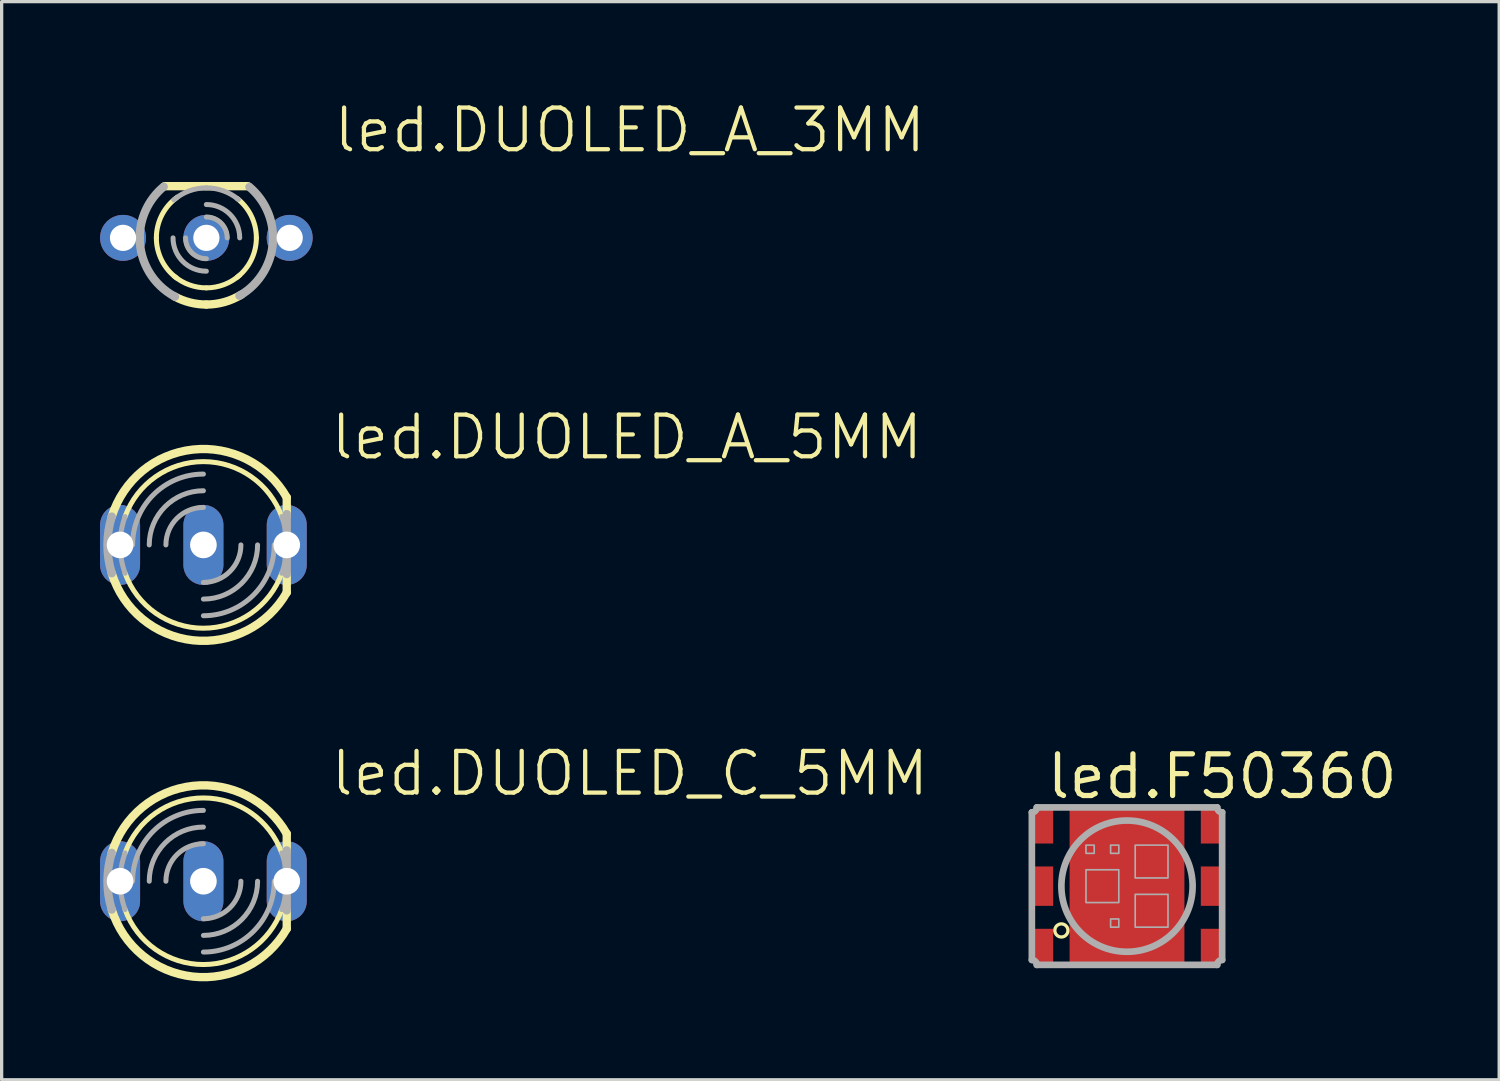
<source format=kicad_pcb>
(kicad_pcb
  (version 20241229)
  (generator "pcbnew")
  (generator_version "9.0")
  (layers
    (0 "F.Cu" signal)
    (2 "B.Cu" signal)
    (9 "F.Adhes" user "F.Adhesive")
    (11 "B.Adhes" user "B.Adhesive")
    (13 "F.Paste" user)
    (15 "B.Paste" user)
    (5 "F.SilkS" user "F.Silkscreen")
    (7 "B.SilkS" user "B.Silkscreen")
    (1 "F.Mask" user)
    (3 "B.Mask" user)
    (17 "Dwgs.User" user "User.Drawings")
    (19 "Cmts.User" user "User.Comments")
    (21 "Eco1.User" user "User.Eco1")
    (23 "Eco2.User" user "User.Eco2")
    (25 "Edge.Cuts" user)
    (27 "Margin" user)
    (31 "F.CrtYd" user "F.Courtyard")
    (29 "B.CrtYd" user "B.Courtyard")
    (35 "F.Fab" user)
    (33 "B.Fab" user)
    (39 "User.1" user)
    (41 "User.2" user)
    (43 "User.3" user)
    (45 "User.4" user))
  (footprint "led.DUOLED_A_3MM"
    (layer "F.Cu")
    (at 3.24 4.2)
    (property "Reference" "led.DUOLED_A_3MM" (at 3.81 -2.54 0) (layer "F.SilkS") (effects (font (size 1.27 1.27) (thickness 0.13)) (justify left bottom)))
    (attr through_hole)
    (fp_line (start 1.27 -1.575) (end -1.27 -1.575) (stroke (width 0.254) (type default)) (layer "F.SilkS"))
    (fp_arc (start -1.524 0) (mid -1.355082 -0.697339) (end -0.8858 -1.2401) (stroke (width 0.1524) (type default)) (layer "F.SilkS"))
    (fp_arc (start -0.9144 1.2192) (mid -1.363107 0.681554) (end -1.524 0) (stroke (width 0.1524) (type default)) (layer "F.SilkS"))
    (fp_arc (start 0 1.524) (mid -0.518785 1.432987) (end -0.9756 1.1708) (stroke (width 0.1524) (type default)) (layer "F.SilkS"))
    (fp_arc (start 0 2.032) (mid -0.496775 1.970339) (end -0.9634 1.7891) (stroke (width 0.254) (type default)) (layer "F.SilkS"))
    (fp_arc (start 0.9356 -1.203) (mid 1.369028 -0.669598) (end 1.524 0) (stroke (width 0.1524) (type default)) (layer "F.SilkS"))
    (fp_arc (start 1.0125 1.1391) (mid 0.541605 1.424553) (end 0 1.524) (stroke (width 0.1524) (type default)) (layer "F.SilkS"))
    (fp_arc (start 1.065 1.7306) (mid 0.553418 1.955214) (end 0 2.032) (stroke (width 0.254) (type default)) (layer "F.SilkS"))
    (fp_arc (start 1.524 0) (mid 1.369028 0.669598) (end 0.9356 1.203) (stroke (width 0.1524) (type default)) (layer "F.SilkS"))
    (fp_arc (start -2.032 0) (mid -1.840173 -0.861864) (end -1.3009 -1.561) (stroke (width 0.254) (type default)) (layer "F.Fab"))
    (fp_arc (start -0.9918 -1.1571) (mid -0.528744 -1.429332) (end 0 -1.524) (stroke (width 0.1524) (type default)) (layer "F.Fab"))
    (fp_arc (start -0.9562 1.7929) (mid -1.742414 1.045447) (end -2.032 0) (stroke (width 0.254) (type default)) (layer "F.Fab"))
    (fp_arc (start 0 -1.524) (mid 0.518785 -1.432987) (end 0.9756 -1.1708) (stroke (width 0.1524) (type default)) (layer "F.Fab"))
    (fp_arc (start 0 -1.016) (mid 0.71842 -0.71842) (end 1.016 0) (stroke (width 0.1524) (type default)) (layer "F.Fab"))
    (fp_arc (start 0 -0.635) (mid 0.449013 -0.449013) (end 0.635 0) (stroke (width 0.1524) (type default)) (layer "F.Fab"))
    (fp_arc (start 0 0.635) (mid -0.449013 0.449013) (end -0.635 0) (stroke (width 0.1524) (type default)) (layer "F.Fab"))
    (fp_arc (start 0 1.016) (mid -0.71842 0.71842) (end -1.016 0) (stroke (width 0.1524) (type default)) (layer "F.Fab"))
    (fp_arc (start 1.3126 -1.5512) (mid 1.843405 -0.854953) (end 2.032 0) (stroke (width 0.254) (type default)) (layer "F.Fab"))
    (fp_arc (start 2.032 0) (mid 1.757565 1.019948) (end 1.0082 1.7643) (stroke (width 0.254) (type default)) (layer "F.Fab"))
    (pad "1" thru_hole circle (at -2.54 0 90) (size 1.4 1.4) (drill 0.8) (layers "*.Cu" "*.Mask"))
    (pad "2" thru_hole circle (at 0 0 90) (size 1.4 1.4) (drill 0.8) (layers "*.Cu" "*.Mask"))
    (pad "3" thru_hole circle (at 2.54 0 90) (size 1.4 1.4) (drill 0.8) (layers "*.Cu" "*.Mask")))
  (footprint "led.DUOLED_A_5MM"
    (layer "F.Cu")
    (at 3.15 13.559)
    (property "Reference" "led.DUOLED_A_5MM" (at 3.81 -2.54 0) (layer "F.SilkS") (effects (font (size 1.27 1.27) (thickness 0.13)) (justify left bottom)))
    (attr through_hole)
    (fp_line (start 2.54 -1.448) (end 2.54 -0.889) (stroke (width 0.254) (type default)) (layer "F.SilkS"))
    (fp_line (start 2.54 0.889) (end 2.54 1.448) (stroke (width 0.254) (type default)) (layer "F.SilkS"))
    (fp_arc (start -2.7933 -0.8634) (mid -0.318501 -2.906456) (end 2.54 -1.4478) (stroke (width 0.254) (type default)) (layer "F.SilkS"))
    (fp_arc (start -2.3876 -0.8636) (mid 0 -2.538984) (end 2.3876 -0.8636) (stroke (width 0.1524) (type default)) (layer "F.SilkS"))
    (fp_arc (start 2.3876 0.8636) (mid 0 2.538984) (end -2.3876 0.8636) (stroke (width 0.1524) (type default)) (layer "F.SilkS"))
    (fp_arc (start 2.5407 1.4482) (mid -0.318534 2.906916) (end -2.794 0.8636) (stroke (width 0.254) (type default)) (layer "F.SilkS"))
    (fp_line (start 2.54 -0.94) (end 2.54 0.889) (stroke (width 0.254) (type default)) (layer "F.Fab"))
    (fp_arc (start -2.794 0.8636) (mid -2.924421 0) (end -2.794 -0.8636) (stroke (width 0.254) (type default)) (layer "F.Fab"))
    (fp_arc (start -2.3876 0.8636) (mid -2.538984 0) (end -2.3876 -0.8636) (stroke (width 0.1524) (type default)) (layer "F.Fab"))
    (fp_arc (start -2.159 0) (mid -1.526644 -1.526644) (end 0 -2.159) (stroke (width 0.1524) (type default)) (layer "F.Fab"))
    (fp_arc (start -1.651 0) (mid -1.167433 -1.167433) (end 0 -1.651) (stroke (width 0.1524) (type default)) (layer "F.Fab"))
    (fp_arc (start -1.143 0) (mid -0.808223 -0.808223) (end 0 -1.143) (stroke (width 0.1524) (type default)) (layer "F.Fab"))
    (fp_arc (start 1.143 0) (mid 0.808223 0.808223) (end 0 1.143) (stroke (width 0.1524) (type default)) (layer "F.Fab"))
    (fp_arc (start 1.651 0) (mid 1.167433 1.167433) (end 0 1.651) (stroke (width 0.1524) (type default)) (layer "F.Fab"))
    (fp_arc (start 2.159 0) (mid 1.526644 1.526644) (end 0 2.159) (stroke (width 0.1524) (type default)) (layer "F.Fab"))
    (fp_arc (start 2.3876 -0.8636) (mid 2.538984 0) (end 2.3876 0.8636) (stroke (width 0.1524) (type default)) (layer "F.Fab"))
    (pad "A" thru_hole oval (at 0 0 90) (size 2.438 1.219) (drill 0.813) (layers "*.Cu" "*.Mask"))
    (pad "CR" thru_hole oval (at 2.54 0 90) (size 2.438 1.219) (drill 0.813) (layers "*.Cu" "*.Mask"))
    (pad "CX" thru_hole oval (at -2.54 0 90) (size 2.438 1.219) (drill 0.813) (layers "*.Cu" "*.Mask")))
  (footprint "led.F50360"
    (layer "F.Cu")
    (at 31.301 23.96)
    (property "Reference" "led.F50360" (at -2.525 -2.6 0) (layer "F.SilkS") (effects (font (size 1.27 1.27) (thickness 0.16)) (justify left bottom)))
    (attr smd)
    (fp_circle (center -2 1.35) (end -1.8 1.35) (stroke (width 0.1) (type default)) (fill no) (layer "F.SilkS"))
    (fp_line (start -2.9 -2.25) (end -2.9 2.25) (stroke (width 0.203) (type default)) (layer "F.Fab"))
    (fp_line (start -2.75 2.4) (end 2.75 2.4) (stroke (width 0.203) (type default)) (layer "F.Fab"))
    (fp_line (start 2.75 -2.4) (end -2.75 -2.4) (stroke (width 0.203) (type default)) (layer "F.Fab"))
    (fp_line (start 2.9 2.25) (end 2.9 -2.25) (stroke (width 0.203) (type default)) (layer "F.Fab"))
    (fp_rect (start -1.25 -1) (end -1 -1.25) (stroke (width 0.05) (type default)) (fill no) (layer "F.Fab"))
    (fp_rect (start -1.25 0.5) (end -0.25 -0.5) (stroke (width 0.05) (type default)) (fill no) (layer "F.Fab"))
    (fp_rect (start -0.5 -1) (end -0.25 -1.25) (stroke (width 0.05) (type default)) (fill no) (layer "F.Fab"))
    (fp_rect (start -0.5 1.25) (end -0.25 1) (stroke (width 0.05) (type default)) (fill no) (layer "F.Fab"))
    (fp_rect (start 0.25 -0.25) (end 1.25 -1.25) (stroke (width 0.05) (type default)) (fill no) (layer "F.Fab"))
    (fp_rect (start 0.25 1.25) (end 1.25 0.25) (stroke (width 0.05) (type default)) (fill no) (layer "F.Fab"))
    (fp_arc (start -2.9 2.25) (mid -2.793934 2.293934) (end -2.75 2.4) (stroke (width 0.2032) (type default)) (layer "F.Fab"))
    (fp_arc (start -2.75 -2.4) (mid -2.793934 -2.293934) (end -2.9 -2.25) (stroke (width 0.2032) (type default)) (layer "F.Fab"))
    (fp_arc (start 2.75 2.4) (mid 2.793934 2.293934) (end 2.9 2.25) (stroke (width 0.2032) (type default)) (layer "F.Fab"))
    (fp_arc (start 2.9 -2.25) (mid 2.793934 -2.293934) (end 2.75 -2.4) (stroke (width 0.2032) (type default)) (layer "F.Fab"))
    (fp_circle (center 0 0) (end 2 0) (stroke (width 0.203) (type default)) (fill no) (layer "F.Fab"))
    (pad "BA" smd roundrect (at 2.55 -1.825 180) (size 0.6 1.05) (layers "F.Cu" "F.Mask" "F.Paste") (roundrect_rratio 0.01))
    (pad "BC" smd roundrect (at -2.55 -1.825) (size 0.6 1.05) (layers "F.Cu" "F.Mask" "F.Paste") (roundrect_rratio 0.01))
    (pad "GA" smd roundrect (at 2.55 0 180) (size 0.6 1.2) (layers "F.Cu" "F.Mask" "F.Paste") (roundrect_rratio 0.01))
    (pad "GC" smd roundrect (at -2.55 0) (size 0.6 1.2) (layers "F.Cu" "F.Mask" "F.Paste") (roundrect_rratio 0.01))
    (pad "NC" smd roundrect (at 0 0) (size 3.5 4.7) (layers "F.Cu" "F.Mask" "F.Paste") (roundrect_rratio 0.01))
    (pad "RA" smd roundrect (at 2.55 1.825 180) (size 0.6 1.05) (layers "F.Cu" "F.Mask" "F.Paste") (roundrect_rratio 0.01))
    (pad "RC" smd roundrect (at -2.55 1.825) (size 0.6 1.05) (layers "F.Cu" "F.Mask" "F.Paste") (roundrect_rratio 0.01)))
  (footprint "led.DUOLED_C_5MM"
    (layer "F.Cu")
    (at 3.15 23.81)
    (property "Reference" "led.DUOLED_C_5MM" (at 3.81 -2.54 0) (layer "F.SilkS") (effects (font (size 1.27 1.27) (thickness 0.13)) (justify left bottom)))
    (attr through_hole)
    (fp_line (start 2.54 -1.448) (end 2.54 -0.889) (stroke (width 0.254) (type default)) (layer "F.SilkS"))
    (fp_line (start 2.54 0.889) (end 2.54 1.448) (stroke (width 0.254) (type default)) (layer "F.SilkS"))
    (fp_arc (start -2.7933 -0.8634) (mid -0.318501 -2.906456) (end 2.54 -1.4478) (stroke (width 0.254) (type default)) (layer "F.SilkS"))
    (fp_arc (start -2.3876 -0.8636) (mid 0 -2.538984) (end 2.3876 -0.8636) (stroke (width 0.1524) (type default)) (layer "F.SilkS"))
    (fp_arc (start 2.3876 0.8636) (mid 0 2.538984) (end -2.3876 0.8636) (stroke (width 0.1524) (type default)) (layer "F.SilkS"))
    (fp_arc (start 2.5407 1.4482) (mid -0.318534 2.906916) (end -2.794 0.8636) (stroke (width 0.254) (type default)) (layer "F.SilkS"))
    (fp_line (start 2.54 -0.94) (end 2.54 0.889) (stroke (width 0.254) (type default)) (layer "F.Fab"))
    (fp_arc (start -2.794 0.8636) (mid -2.924421 0) (end -2.794 -0.8636) (stroke (width 0.254) (type default)) (layer "F.Fab"))
    (fp_arc (start -2.3876 0.8636) (mid -2.538984 0) (end -2.3876 -0.8636) (stroke (width 0.1524) (type default)) (layer "F.Fab"))
    (fp_arc (start -2.159 0) (mid -1.526644 -1.526644) (end 0 -2.159) (stroke (width 0.1524) (type default)) (layer "F.Fab"))
    (fp_arc (start -1.651 0) (mid -1.167433 -1.167433) (end 0 -1.651) (stroke (width 0.1524) (type default)) (layer "F.Fab"))
    (fp_arc (start -1.143 0) (mid -0.808223 -0.808223) (end 0 -1.143) (stroke (width 0.1524) (type default)) (layer "F.Fab"))
    (fp_arc (start 1.143 0) (mid 0.808223 0.808223) (end 0 1.143) (stroke (width 0.1524) (type default)) (layer "F.Fab"))
    (fp_arc (start 1.651 0) (mid 1.167433 1.167433) (end 0 1.651) (stroke (width 0.1524) (type default)) (layer "F.Fab"))
    (fp_arc (start 2.159 0) (mid 1.526644 1.526644) (end 0 2.159) (stroke (width 0.1524) (type default)) (layer "F.Fab"))
    (fp_arc (start 2.3876 -0.8636) (mid 2.538984 0) (end 2.3876 0.8636) (stroke (width 0.1524) (type default)) (layer "F.Fab"))
    (pad "AR" thru_hole oval (at 2.54 0 90) (size 2.438 1.219) (drill 0.813) (layers "*.Cu" "*.Mask"))
    (pad "AX" thru_hole oval (at -2.54 0 90) (size 2.438 1.219) (drill 0.813) (layers "*.Cu" "*.Mask"))
    (pad "C" thru_hole oval (at 0 0 90) (size 2.438 1.219) (drill 0.813) (layers "*.Cu" "*.Mask")))
  (gr_rect
    (start -3 -3)
    (end 42.645 29.862)
    (stroke (width 0.1) (type default))
    (fill no)
    (layer "Edge.Cuts")))
</source>
